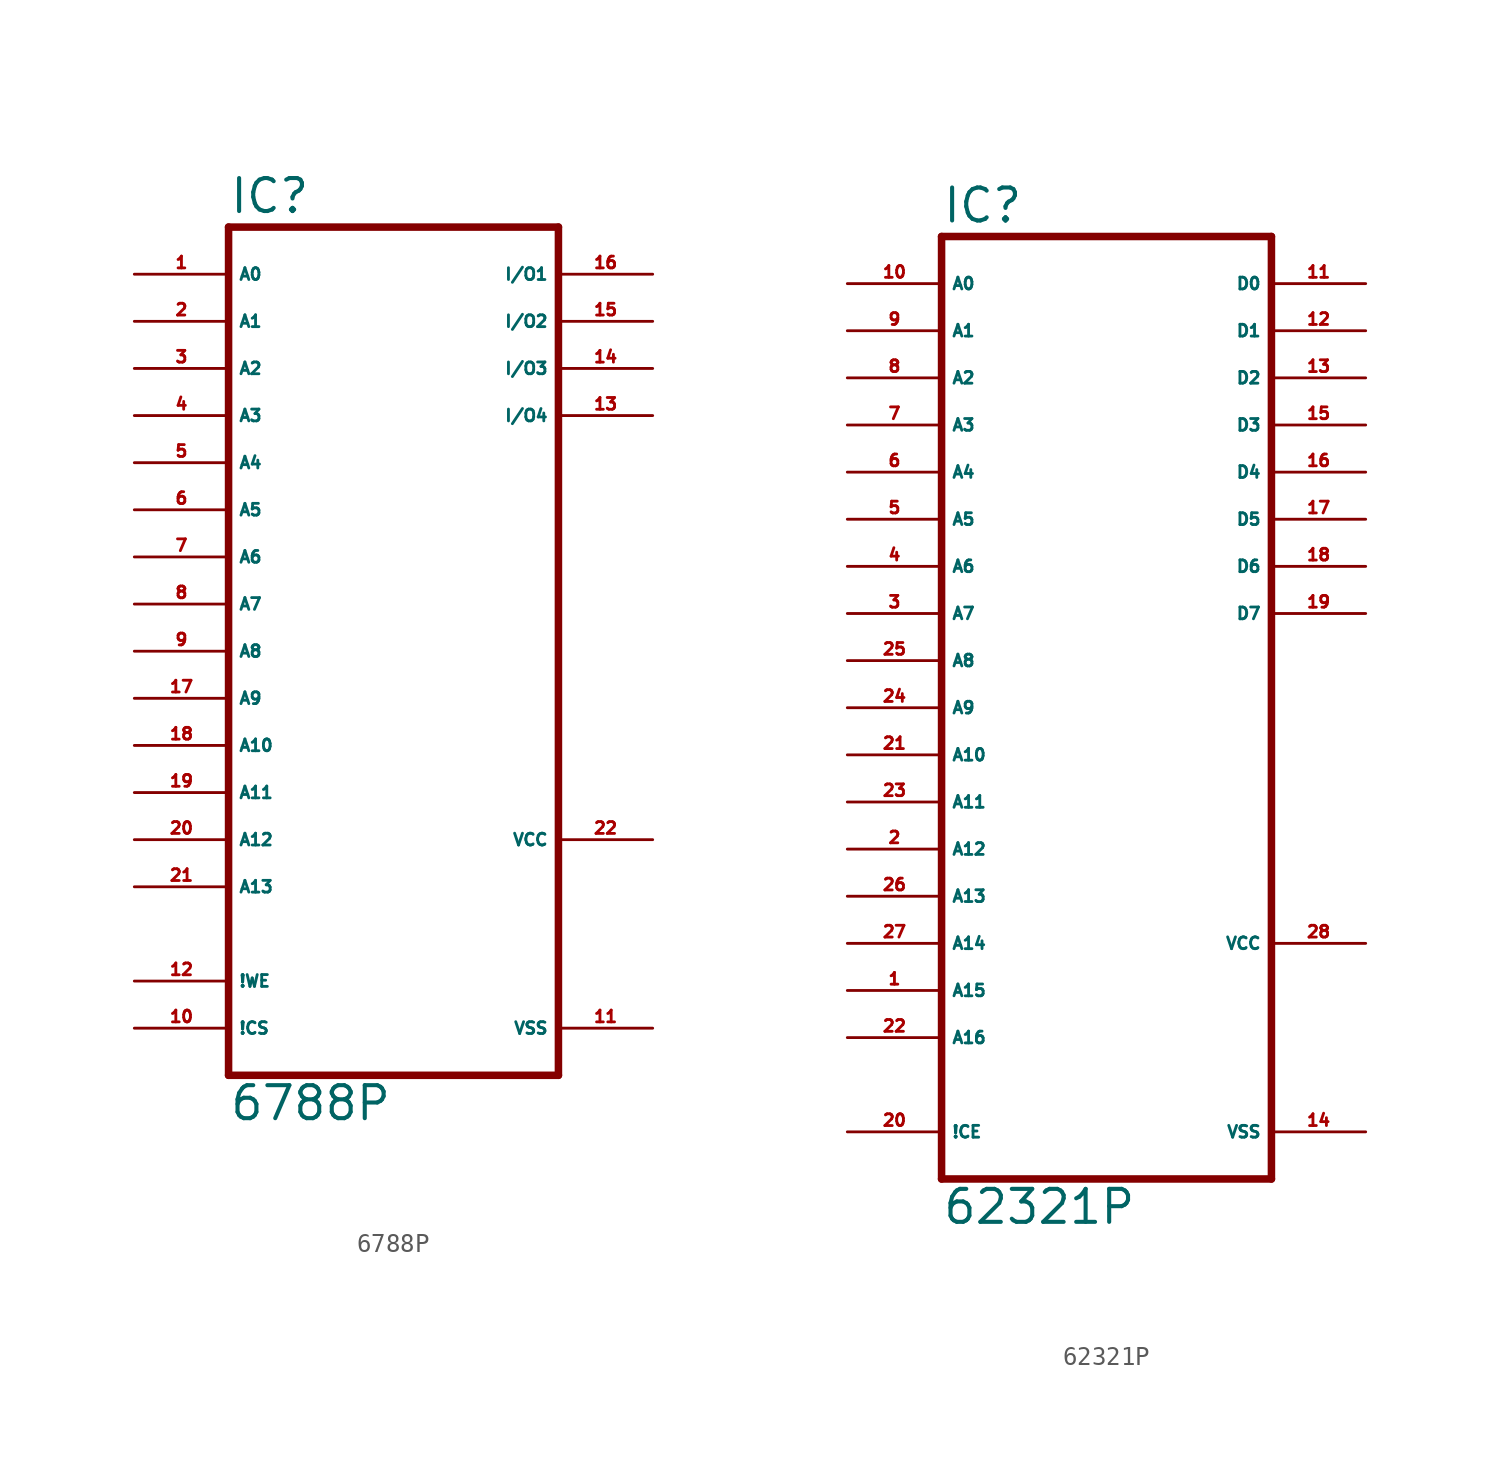
<source format=kicad_sym>
(kicad_symbol_lib
  (version 20220914)
  (generator Eagle2Kicad)
  (symbol "6788P"
    (property "Reference" "IC"
      (at -10.16 20.955 0)
      (effects (font (size 1.778 1.778) (thickness 0.22)) (justify left bottom)))
    (property "Value" "6788P"
      (at -10.16 -27.94 0)
      (effects (font (size 1.778 1.778) (thickness 0.22)) (justify left bottom)))
    (polyline
      (pts (xy -10.16 -25.4) (xy 7.62 -25.4))
      (stroke (width 0.406) (type default))
      (fill (type none)))
    (polyline
      (pts (xy 7.62 20.32) (xy 7.62 -25.4))
      (stroke (width 0.406) (type default))
      (fill (type none)))
    (polyline
      (pts (xy 7.62 20.32) (xy -10.16 20.32))
      (stroke (width 0.406) (type default))
      (fill (type none)))
    (polyline
      (pts (xy -10.16 -25.4) (xy -10.16 20.32))
      (stroke (width 0.406) (type default))
      (fill (type none)))
    (pin input line
      (at -15.24 17.78 0)
      (length 5.08)
      (name "A0" (effects (font (size 0.635 0.635) (thickness 0.08)) (justify left bottom)))
      (number "1" (effects (font (size 0.635 0.635) (thickness 0.08)) (justify left bottom))))
    (pin input line
      (at -15.24 15.24 0)
      (length 5.08)
      (name "A1" (effects (font (size 0.635 0.635) (thickness 0.08)) (justify left bottom)))
      (number "2" (effects (font (size 0.635 0.635) (thickness 0.08)) (justify left bottom))))
    (pin input line
      (at -15.24 12.7 0)
      (length 5.08)
      (name "A2" (effects (font (size 0.635 0.635) (thickness 0.08)) (justify left bottom)))
      (number "3" (effects (font (size 0.635 0.635) (thickness 0.08)) (justify left bottom))))
    (pin input line
      (at -15.24 10.16 0)
      (length 5.08)
      (name "A3" (effects (font (size 0.635 0.635) (thickness 0.08)) (justify left bottom)))
      (number "4" (effects (font (size 0.635 0.635) (thickness 0.08)) (justify left bottom))))
    (pin input line
      (at -15.24 7.62 0)
      (length 5.08)
      (name "A4" (effects (font (size 0.635 0.635) (thickness 0.08)) (justify left bottom)))
      (number "5" (effects (font (size 0.635 0.635) (thickness 0.08)) (justify left bottom))))
    (pin input line
      (at -15.24 5.08 0)
      (length 5.08)
      (name "A5" (effects (font (size 0.635 0.635) (thickness 0.08)) (justify left bottom)))
      (number "6" (effects (font (size 0.635 0.635) (thickness 0.08)) (justify left bottom))))
    (pin input line
      (at -15.24 2.54 0)
      (length 5.08)
      (name "A6" (effects (font (size 0.635 0.635) (thickness 0.08)) (justify left bottom)))
      (number "7" (effects (font (size 0.635 0.635) (thickness 0.08)) (justify left bottom))))
    (pin input line
      (at -15.24 0 0)
      (length 5.08)
      (name "A7" (effects (font (size 0.635 0.635) (thickness 0.08)) (justify left bottom)))
      (number "8" (effects (font (size 0.635 0.635) (thickness 0.08)) (justify left bottom))))
    (pin input line
      (at -15.24 -2.54 0)
      (length 5.08)
      (name "A8" (effects (font (size 0.635 0.635) (thickness 0.08)) (justify left bottom)))
      (number "9" (effects (font (size 0.635 0.635) (thickness 0.08)) (justify left bottom))))
    (pin input line
      (at -15.24 -5.08 0)
      (length 5.08)
      (name "A9" (effects (font (size 0.635 0.635) (thickness 0.08)) (justify left bottom)))
      (number "17" (effects (font (size 0.635 0.635) (thickness 0.08)) (justify left bottom))))
    (pin input line
      (at -15.24 -7.62 0)
      (length 5.08)
      (name "A10" (effects (font (size 0.635 0.635) (thickness 0.08)) (justify left bottom)))
      (number "18" (effects (font (size 0.635 0.635) (thickness 0.08)) (justify left bottom))))
    (pin input line
      (at -15.24 -10.16 0)
      (length 5.08)
      (name "A11" (effects (font (size 0.635 0.635) (thickness 0.08)) (justify left bottom)))
      (number "19" (effects (font (size 0.635 0.635) (thickness 0.08)) (justify left bottom))))
    (pin input line
      (at -15.24 -20.32 0)
      (length 5.08)
      (name "!WE" (effects (font (size 0.635 0.635) (thickness 0.08)) (justify left bottom)))
      (number "12" (effects (font (size 0.635 0.635) (thickness 0.08)) (justify left bottom))))
    (pin input line
      (at -15.24 -22.86 0)
      (length 5.08)
      (name "!CS" (effects (font (size 0.635 0.635) (thickness 0.08)) (justify left bottom)))
      (number "10" (effects (font (size 0.635 0.635) (thickness 0.08)) (justify left bottom))))
    (pin bidirectional line
      (at 12.7 17.78 180)
      (length 5.08)
      (name "I/O1" (effects (font (size 0.635 0.635) (thickness 0.08)) (justify left bottom)))
      (number "16" (effects (font (size 0.635 0.635) (thickness 0.08)) (justify left bottom))))
    (pin bidirectional line
      (at 12.7 15.24 180)
      (length 5.08)
      (name "I/O2" (effects (font (size 0.635 0.635) (thickness 0.08)) (justify left bottom)))
      (number "15" (effects (font (size 0.635 0.635) (thickness 0.08)) (justify left bottom))))
    (pin bidirectional line
      (at 12.7 12.7 180)
      (length 5.08)
      (name "I/O3" (effects (font (size 0.635 0.635) (thickness 0.08)) (justify left bottom)))
      (number "14" (effects (font (size 0.635 0.635) (thickness 0.08)) (justify left bottom))))
    (pin bidirectional line
      (at 12.7 10.16 180)
      (length 5.08)
      (name "I/O4" (effects (font (size 0.635 0.635) (thickness 0.08)) (justify left bottom)))
      (number "13" (effects (font (size 0.635 0.635) (thickness 0.08)) (justify left bottom))))
    (pin unspecified line
      (at 12.7 -22.86 180)
      (length 5.08)
      (name "VSS" (effects (font (size 0.635 0.635) (thickness 0.08)) (justify left bottom)))
      (number "11" (effects (font (size 0.635 0.635) (thickness 0.08)) (justify left bottom))))
    (pin unspecified line
      (at 12.7 -12.7 180)
      (length 5.08)
      (name "VCC" (effects (font (size 0.635 0.635) (thickness 0.08)) (justify left bottom)))
      (number "22" (effects (font (size 0.635 0.635) (thickness 0.08)) (justify left bottom))))
    (pin input line
      (at -15.24 -12.7 0)
      (length 5.08)
      (name "A12" (effects (font (size 0.635 0.635) (thickness 0.08)) (justify left bottom)))
      (number "20" (effects (font (size 0.635 0.635) (thickness 0.08)) (justify left bottom))))
    (pin input line
      (at -15.24 -15.24 0)
      (length 5.08)
      (name "A13" (effects (font (size 0.635 0.635) (thickness 0.08)) (justify left bottom)))
      (number "21" (effects (font (size 0.635 0.635) (thickness 0.08)) (justify left bottom)))))
  (symbol "62321P"
    (property "Reference" "IC"
      (at -10.16 20.955 0)
      (effects (font (size 1.778 1.778) (thickness 0.22)) (justify left bottom)))
    (property "Value" "62321P"
      (at -10.16 -33.02 0)
      (effects (font (size 1.778 1.778) (thickness 0.22)) (justify left bottom)))
    (polyline
      (pts (xy -10.16 -30.48) (xy 7.62 -30.48))
      (stroke (width 0.406) (type default))
      (fill (type none)))
    (polyline
      (pts (xy 7.62 20.32) (xy 7.62 -30.48))
      (stroke (width 0.406) (type default))
      (fill (type none)))
    (polyline
      (pts (xy 7.62 20.32) (xy -10.16 20.32))
      (stroke (width 0.406) (type default))
      (fill (type none)))
    (polyline
      (pts (xy -10.16 -30.48) (xy -10.16 20.32))
      (stroke (width 0.406) (type default))
      (fill (type none)))
    (pin input line
      (at -15.24 17.78 0)
      (length 5.08)
      (name "A0" (effects (font (size 0.635 0.635) (thickness 0.08)) (justify left bottom)))
      (number "10" (effects (font (size 0.635 0.635) (thickness 0.08)) (justify left bottom))))
    (pin input line
      (at -15.24 15.24 0)
      (length 5.08)
      (name "A1" (effects (font (size 0.635 0.635) (thickness 0.08)) (justify left bottom)))
      (number "9" (effects (font (size 0.635 0.635) (thickness 0.08)) (justify left bottom))))
    (pin input line
      (at -15.24 12.7 0)
      (length 5.08)
      (name "A2" (effects (font (size 0.635 0.635) (thickness 0.08)) (justify left bottom)))
      (number "8" (effects (font (size 0.635 0.635) (thickness 0.08)) (justify left bottom))))
    (pin input line
      (at -15.24 10.16 0)
      (length 5.08)
      (name "A3" (effects (font (size 0.635 0.635) (thickness 0.08)) (justify left bottom)))
      (number "7" (effects (font (size 0.635 0.635) (thickness 0.08)) (justify left bottom))))
    (pin input line
      (at -15.24 7.62 0)
      (length 5.08)
      (name "A4" (effects (font (size 0.635 0.635) (thickness 0.08)) (justify left bottom)))
      (number "6" (effects (font (size 0.635 0.635) (thickness 0.08)) (justify left bottom))))
    (pin input line
      (at -15.24 5.08 0)
      (length 5.08)
      (name "A5" (effects (font (size 0.635 0.635) (thickness 0.08)) (justify left bottom)))
      (number "5" (effects (font (size 0.635 0.635) (thickness 0.08)) (justify left bottom))))
    (pin input line
      (at -15.24 2.54 0)
      (length 5.08)
      (name "A6" (effects (font (size 0.635 0.635) (thickness 0.08)) (justify left bottom)))
      (number "4" (effects (font (size 0.635 0.635) (thickness 0.08)) (justify left bottom))))
    (pin input line
      (at -15.24 0 0)
      (length 5.08)
      (name "A7" (effects (font (size 0.635 0.635) (thickness 0.08)) (justify left bottom)))
      (number "3" (effects (font (size 0.635 0.635) (thickness 0.08)) (justify left bottom))))
    (pin input line
      (at -15.24 -2.54 0)
      (length 5.08)
      (name "A8" (effects (font (size 0.635 0.635) (thickness 0.08)) (justify left bottom)))
      (number "25" (effects (font (size 0.635 0.635) (thickness 0.08)) (justify left bottom))))
    (pin input line
      (at -15.24 -5.08 0)
      (length 5.08)
      (name "A9" (effects (font (size 0.635 0.635) (thickness 0.08)) (justify left bottom)))
      (number "24" (effects (font (size 0.635 0.635) (thickness 0.08)) (justify left bottom))))
    (pin input line
      (at -15.24 -7.62 0)
      (length 5.08)
      (name "A10" (effects (font (size 0.635 0.635) (thickness 0.08)) (justify left bottom)))
      (number "21" (effects (font (size 0.635 0.635) (thickness 0.08)) (justify left bottom))))
    (pin input line
      (at -15.24 -10.16 0)
      (length 5.08)
      (name "A11" (effects (font (size 0.635 0.635) (thickness 0.08)) (justify left bottom)))
      (number "23" (effects (font (size 0.635 0.635) (thickness 0.08)) (justify left bottom))))
    (pin input line
      (at -15.24 -12.7 0)
      (length 5.08)
      (name "A12" (effects (font (size 0.635 0.635) (thickness 0.08)) (justify left bottom)))
      (number "2" (effects (font (size 0.635 0.635) (thickness 0.08)) (justify left bottom))))
    (pin input line
      (at -15.24 -15.24 0)
      (length 5.08)
      (name "A13" (effects (font (size 0.635 0.635) (thickness 0.08)) (justify left bottom)))
      (number "26" (effects (font (size 0.635 0.635) (thickness 0.08)) (justify left bottom))))
    (pin input line
      (at -15.24 -17.78 0)
      (length 5.08)
      (name "A14" (effects (font (size 0.635 0.635) (thickness 0.08)) (justify left bottom)))
      (number "27" (effects (font (size 0.635 0.635) (thickness 0.08)) (justify left bottom))))
    (pin input line
      (at -15.24 -20.32 0)
      (length 5.08)
      (name "A15" (effects (font (size 0.635 0.635) (thickness 0.08)) (justify left bottom)))
      (number "1" (effects (font (size 0.635 0.635) (thickness 0.08)) (justify left bottom))))
    (pin input line
      (at -15.24 -27.94 0)
      (length 5.08)
      (name "!CE" (effects (font (size 0.635 0.635) (thickness 0.08)) (justify left bottom)))
      (number "20" (effects (font (size 0.635 0.635) (thickness 0.08)) (justify left bottom))))
    (pin unspecified line
      (at 12.7 -27.94 180)
      (length 5.08)
      (name "VSS" (effects (font (size 0.635 0.635) (thickness 0.08)) (justify left bottom)))
      (number "14" (effects (font (size 0.635 0.635) (thickness 0.08)) (justify left bottom))))
    (pin unspecified line
      (at 12.7 -17.78 180)
      (length 5.08)
      (name "VCC" (effects (font (size 0.635 0.635) (thickness 0.08)) (justify left bottom)))
      (number "28" (effects (font (size 0.635 0.635) (thickness 0.08)) (justify left bottom))))
    (pin tri_state line
      (at 12.7 17.78 180)
      (length 5.08)
      (name "D0" (effects (font (size 0.635 0.635) (thickness 0.08)) (justify left bottom)))
      (number "11" (effects (font (size 0.635 0.635) (thickness 0.08)) (justify left bottom))))
    (pin tri_state line
      (at 12.7 15.24 180)
      (length 5.08)
      (name "D1" (effects (font (size 0.635 0.635) (thickness 0.08)) (justify left bottom)))
      (number "12" (effects (font (size 0.635 0.635) (thickness 0.08)) (justify left bottom))))
    (pin tri_state line
      (at 12.7 12.7 180)
      (length 5.08)
      (name "D2" (effects (font (size 0.635 0.635) (thickness 0.08)) (justify left bottom)))
      (number "13" (effects (font (size 0.635 0.635) (thickness 0.08)) (justify left bottom))))
    (pin tri_state line
      (at 12.7 10.16 180)
      (length 5.08)
      (name "D3" (effects (font (size 0.635 0.635) (thickness 0.08)) (justify left bottom)))
      (number "15" (effects (font (size 0.635 0.635) (thickness 0.08)) (justify left bottom))))
    (pin tri_state line
      (at 12.7 7.62 180)
      (length 5.08)
      (name "D4" (effects (font (size 0.635 0.635) (thickness 0.08)) (justify left bottom)))
      (number "16" (effects (font (size 0.635 0.635) (thickness 0.08)) (justify left bottom))))
    (pin tri_state line
      (at 12.7 5.08 180)
      (length 5.08)
      (name "D5" (effects (font (size 0.635 0.635) (thickness 0.08)) (justify left bottom)))
      (number "17" (effects (font (size 0.635 0.635) (thickness 0.08)) (justify left bottom))))
    (pin tri_state line
      (at 12.7 2.54 180)
      (length 5.08)
      (name "D6" (effects (font (size 0.635 0.635) (thickness 0.08)) (justify left bottom)))
      (number "18" (effects (font (size 0.635 0.635) (thickness 0.08)) (justify left bottom))))
    (pin tri_state line
      (at 12.7 0 180)
      (length 5.08)
      (name "D7" (effects (font (size 0.635 0.635) (thickness 0.08)) (justify left bottom)))
      (number "19" (effects (font (size 0.635 0.635) (thickness 0.08)) (justify left bottom))))
    (pin input line
      (at -15.24 -22.86 0)
      (length 5.08)
      (name "A16" (effects (font (size 0.635 0.635) (thickness 0.08)) (justify left bottom)))
      (number "22" (effects (font (size 0.635 0.635) (thickness 0.08)) (justify left bottom))))))
</source>
